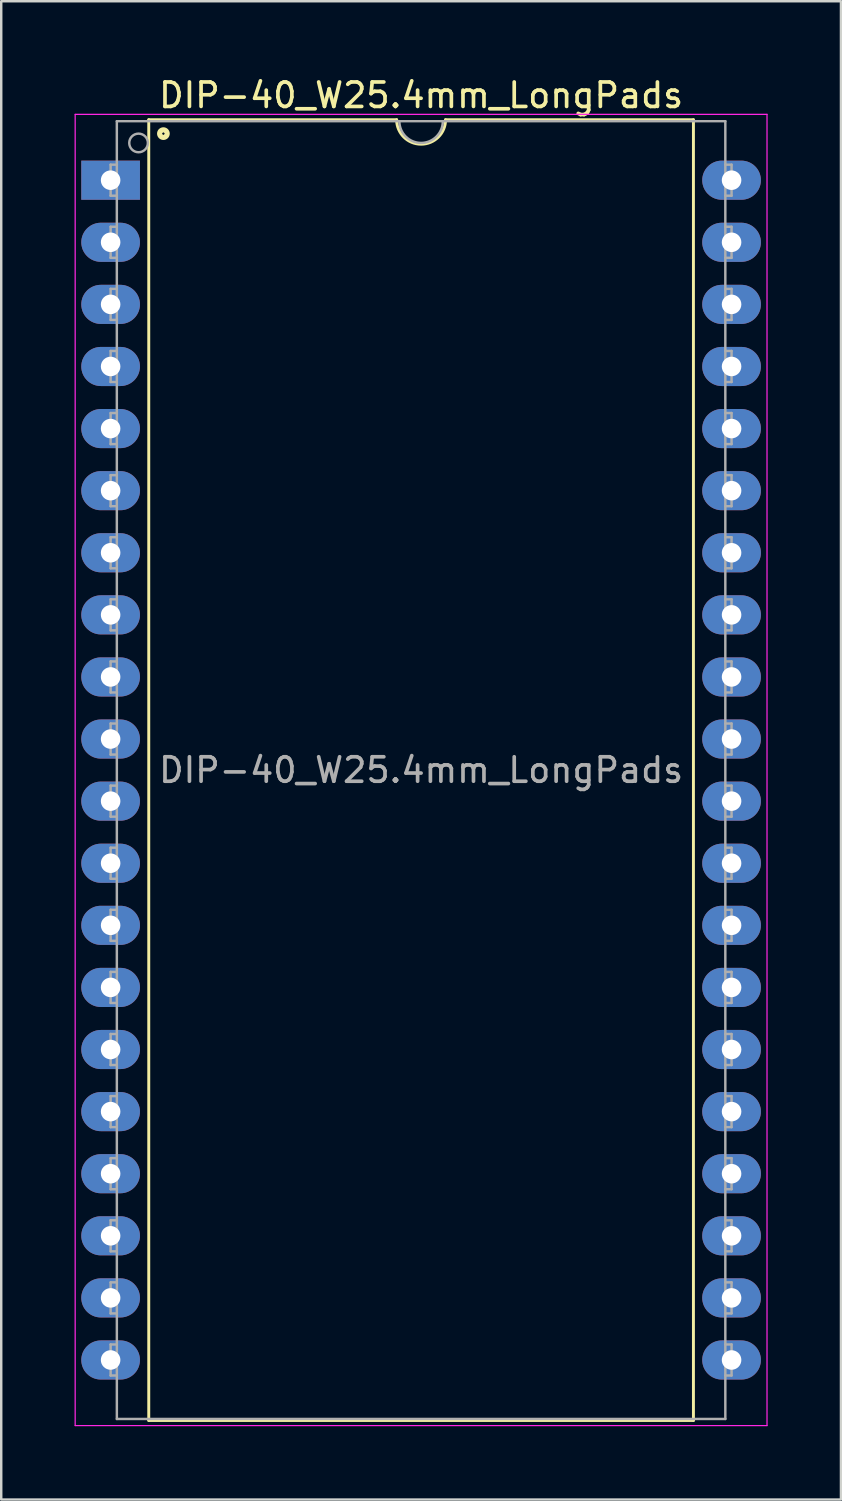
<source format=kicad_pcb>
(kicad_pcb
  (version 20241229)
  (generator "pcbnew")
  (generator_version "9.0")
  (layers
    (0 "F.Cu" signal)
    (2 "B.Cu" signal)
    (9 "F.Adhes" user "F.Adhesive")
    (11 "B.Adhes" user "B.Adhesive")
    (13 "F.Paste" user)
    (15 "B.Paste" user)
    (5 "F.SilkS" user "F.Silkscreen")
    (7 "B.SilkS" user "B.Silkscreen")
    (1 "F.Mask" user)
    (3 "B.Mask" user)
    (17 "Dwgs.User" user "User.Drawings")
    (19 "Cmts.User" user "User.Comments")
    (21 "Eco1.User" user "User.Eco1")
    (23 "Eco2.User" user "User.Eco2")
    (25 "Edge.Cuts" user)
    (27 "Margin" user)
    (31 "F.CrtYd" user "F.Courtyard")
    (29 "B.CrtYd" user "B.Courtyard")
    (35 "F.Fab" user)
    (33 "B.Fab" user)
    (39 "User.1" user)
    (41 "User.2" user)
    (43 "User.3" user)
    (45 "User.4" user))
  (footprint "DIP-40_W25.4mm_LongPads"
    (layer "F.Cu")
    (at 1.475 4.321)
    (property "Reference" "DIP-40_W25.4mm_LongPads" (at 12.7 -3.473 0) (layer "F.SilkS") (effects (font (size 1 1) (thickness 0.15))))
    (attr through_hole)
    (fp_line (start 1.56 -2.473) (end 1.56 50.733) (stroke (width 0.12) (type solid)) (layer "F.SilkS"))
    (fp_line (start 1.56 50.733) (end 23.84 50.733) (stroke (width 0.12) (type solid)) (layer "F.SilkS"))
    (fp_line (start 11.7 -2.473) (end 1.56 -2.473) (stroke (width 0.12) (type solid)) (layer "F.SilkS"))
    (fp_line (start 23.84 -2.473) (end 13.7 -2.473) (stroke (width 0.12) (type solid)) (layer "F.SilkS"))
    (fp_line (start 23.84 50.733) (end 23.84 -2.473) (stroke (width 0.12) (type solid)) (layer "F.SilkS"))
    (fp_arc (start 13.7 -2.473) (mid 12.7 -1.473) (end 11.7 -2.473) (stroke (width 0.12) (type solid)) (layer "F.SilkS"))
    (fp_circle (center 2.159 -1.905) (end 2.209 -1.905) (stroke (width 0.12) (type solid)) (fill no) (layer "F.SilkS"))
    (fp_circle (center 2.159 -1.905) (end 2.284 -1.905) (stroke (width 0.12) (type solid)) (fill no) (layer "F.SilkS"))
    (fp_circle (center 2.159 -1.905) (end 2.359 -1.905) (stroke (width 0.12) (type solid)) (fill no) (layer "F.SilkS"))
    (fp_line (start -1.45 -2.693) (end -1.45 50.943) (stroke (width 0.05) (type solid)) (layer "F.CrtYd"))
    (fp_line (start -1.45 50.943) (end 26.85 50.943) (stroke (width 0.05) (type solid)) (layer "F.CrtYd"))
    (fp_line (start 26.85 -2.693) (end -1.45 -2.693) (stroke (width 0.05) (type solid)) (layer "F.CrtYd"))
    (fp_line (start 26.85 50.943) (end 26.85 -2.693) (stroke (width 0.05) (type solid)) (layer "F.CrtYd"))
    (fp_line (start 0 -0.635) (end 0 0.635) (stroke (width 0.1) (type solid)) (layer "F.Fab"))
    (fp_line (start 0 -0.635) (end 0.254 -0.635) (stroke (width 0.1) (type solid)) (layer "F.Fab"))
    (fp_line (start 0 0.635) (end 0.254 0.635) (stroke (width 0.1) (type solid)) (layer "F.Fab"))
    (fp_line (start 0 1.905) (end 0 3.175) (stroke (width 0.1) (type solid)) (layer "F.Fab"))
    (fp_line (start 0 1.905) (end 0.254 1.905) (stroke (width 0.1) (type solid)) (layer "F.Fab"))
    (fp_line (start 0 3.175) (end 0.254 3.175) (stroke (width 0.1) (type solid)) (layer "F.Fab"))
    (fp_line (start 0 4.445) (end 0 5.715) (stroke (width 0.1) (type solid)) (layer "F.Fab"))
    (fp_line (start 0 4.445) (end 0.254 4.445) (stroke (width 0.1) (type solid)) (layer "F.Fab"))
    (fp_line (start 0 5.715) (end 0.254 5.715) (stroke (width 0.1) (type solid)) (layer "F.Fab"))
    (fp_line (start 0 6.985) (end 0 8.255) (stroke (width 0.1) (type solid)) (layer "F.Fab"))
    (fp_line (start 0 6.985) (end 0.254 6.985) (stroke (width 0.1) (type solid)) (layer "F.Fab"))
    (fp_line (start 0 8.255) (end 0.254 8.255) (stroke (width 0.1) (type solid)) (layer "F.Fab"))
    (fp_line (start 0 9.525) (end 0 10.795) (stroke (width 0.1) (type solid)) (layer "F.Fab"))
    (fp_line (start 0 9.525) (end 0.254 9.525) (stroke (width 0.1) (type solid)) (layer "F.Fab"))
    (fp_line (start 0 10.795) (end 0.254 10.795) (stroke (width 0.1) (type solid)) (layer "F.Fab"))
    (fp_line (start 0 12.065) (end 0 13.335) (stroke (width 0.1) (type solid)) (layer "F.Fab"))
    (fp_line (start 0 12.065) (end 0.254 12.065) (stroke (width 0.1) (type solid)) (layer "F.Fab"))
    (fp_line (start 0 13.335) (end 0.254 13.335) (stroke (width 0.1) (type solid)) (layer "F.Fab"))
    (fp_line (start 0 14.605) (end 0 15.875) (stroke (width 0.1) (type solid)) (layer "F.Fab"))
    (fp_line (start 0 14.605) (end 0.254 14.605) (stroke (width 0.1) (type solid)) (layer "F.Fab"))
    (fp_line (start 0 15.875) (end 0.254 15.875) (stroke (width 0.1) (type solid)) (layer "F.Fab"))
    (fp_line (start 0 17.145) (end 0 18.415) (stroke (width 0.1) (type solid)) (layer "F.Fab"))
    (fp_line (start 0 17.145) (end 0.254 17.145) (stroke (width 0.1) (type solid)) (layer "F.Fab"))
    (fp_line (start 0 18.415) (end 0.254 18.415) (stroke (width 0.1) (type solid)) (layer "F.Fab"))
    (fp_line (start 0 19.685) (end 0 20.955) (stroke (width 0.1) (type solid)) (layer "F.Fab"))
    (fp_line (start 0 19.685) (end 0.254 19.685) (stroke (width 0.1) (type solid)) (layer "F.Fab"))
    (fp_line (start 0 20.955) (end 0.254 20.955) (stroke (width 0.1) (type solid)) (layer "F.Fab"))
    (fp_line (start 0 22.225) (end 0 23.495) (stroke (width 0.1) (type solid)) (layer "F.Fab"))
    (fp_line (start 0 22.225) (end 0.254 22.225) (stroke (width 0.1) (type solid)) (layer "F.Fab"))
    (fp_line (start 0 23.495) (end 0.254 23.495) (stroke (width 0.1) (type solid)) (layer "F.Fab"))
    (fp_line (start 0 24.765) (end 0 26.035) (stroke (width 0.1) (type solid)) (layer "F.Fab"))
    (fp_line (start 0 24.765) (end 0.254 24.765) (stroke (width 0.1) (type solid)) (layer "F.Fab"))
    (fp_line (start 0 26.035) (end 0.254 26.035) (stroke (width 0.1) (type solid)) (layer "F.Fab"))
    (fp_line (start 0 27.305) (end 0 28.575) (stroke (width 0.1) (type solid)) (layer "F.Fab"))
    (fp_line (start 0 27.305) (end 0.254 27.305) (stroke (width 0.1) (type solid)) (layer "F.Fab"))
    (fp_line (start 0 28.575) (end 0.254 28.575) (stroke (width 0.1) (type solid)) (layer "F.Fab"))
    (fp_line (start 0 29.845) (end 0 31.115) (stroke (width 0.1) (type solid)) (layer "F.Fab"))
    (fp_line (start 0 29.845) (end 0.254 29.845) (stroke (width 0.1) (type solid)) (layer "F.Fab"))
    (fp_line (start 0 31.115) (end 0.254 31.115) (stroke (width 0.1) (type solid)) (layer "F.Fab"))
    (fp_line (start 0 32.385) (end 0 33.655) (stroke (width 0.1) (type solid)) (layer "F.Fab"))
    (fp_line (start 0 32.385) (end 0.254 32.385) (stroke (width 0.1) (type solid)) (layer "F.Fab"))
    (fp_line (start 0 33.655) (end 0.254 33.655) (stroke (width 0.1) (type solid)) (layer "F.Fab"))
    (fp_line (start 0 34.925) (end 0 36.195) (stroke (width 0.1) (type solid)) (layer "F.Fab"))
    (fp_line (start 0 34.925) (end 0.254 34.925) (stroke (width 0.1) (type solid)) (layer "F.Fab"))
    (fp_line (start 0 36.195) (end 0.254 36.195) (stroke (width 0.1) (type solid)) (layer "F.Fab"))
    (fp_line (start 0 37.465) (end 0 38.735) (stroke (width 0.1) (type solid)) (layer "F.Fab"))
    (fp_line (start 0 37.465) (end 0.254 37.465) (stroke (width 0.1) (type solid)) (layer "F.Fab"))
    (fp_line (start 0 38.735) (end 0.254 38.735) (stroke (width 0.1) (type solid)) (layer "F.Fab"))
    (fp_line (start 0 40.005) (end 0 41.275) (stroke (width 0.1) (type solid)) (layer "F.Fab"))
    (fp_line (start 0 40.005) (end 0.254 40.005) (stroke (width 0.1) (type solid)) (layer "F.Fab"))
    (fp_line (start 0 41.275) (end 0.254 41.275) (stroke (width 0.1) (type solid)) (layer "F.Fab"))
    (fp_line (start 0 42.545) (end 0 43.815) (stroke (width 0.1) (type solid)) (layer "F.Fab"))
    (fp_line (start 0 42.545) (end 0.254 42.545) (stroke (width 0.1) (type solid)) (layer "F.Fab"))
    (fp_line (start 0 43.815) (end 0.254 43.815) (stroke (width 0.1) (type solid)) (layer "F.Fab"))
    (fp_line (start 0 45.085) (end 0 46.355) (stroke (width 0.1) (type solid)) (layer "F.Fab"))
    (fp_line (start 0 45.085) (end 0.254 45.085) (stroke (width 0.1) (type solid)) (layer "F.Fab"))
    (fp_line (start 0 46.355) (end 0.254 46.355) (stroke (width 0.1) (type solid)) (layer "F.Fab"))
    (fp_line (start 0 47.625) (end 0 48.895) (stroke (width 0.1) (type solid)) (layer "F.Fab"))
    (fp_line (start 0 47.625) (end 0.254 47.625) (stroke (width 0.1) (type solid)) (layer "F.Fab"))
    (fp_line (start 0 48.895) (end 0.254 48.895) (stroke (width 0.1) (type solid)) (layer "F.Fab"))
    (fp_line (start 0.254 -2.413) (end 25.145 -2.413) (stroke (width 0.1) (type solid)) (layer "F.Fab"))
    (fp_line (start 0.255 50.673) (end 0.254 -2.413) (stroke (width 0.1) (type solid)) (layer "F.Fab"))
    (fp_line (start 25.145 -2.413) (end 25.145 50.673) (stroke (width 0.1) (type solid)) (layer "F.Fab"))
    (fp_line (start 25.145 50.673) (end 0.255 50.673) (stroke (width 0.1) (type solid)) (layer "F.Fab"))
    (fp_line (start 25.4 -0.635) (end 25.146 -0.635) (stroke (width 0.1) (type solid)) (layer "F.Fab"))
    (fp_line (start 25.4 0.635) (end 25.146 0.635) (stroke (width 0.1) (type solid)) (layer "F.Fab"))
    (fp_line (start 25.4 0.635) (end 25.4 -0.635) (stroke (width 0.1) (type solid)) (layer "F.Fab"))
    (fp_line (start 25.4 1.905) (end 25.146 1.905) (stroke (width 0.1) (type solid)) (layer "F.Fab"))
    (fp_line (start 25.4 3.175) (end 25.146 3.175) (stroke (width 0.1) (type solid)) (layer "F.Fab"))
    (fp_line (start 25.4 3.175) (end 25.4 1.905) (stroke (width 0.1) (type solid)) (layer "F.Fab"))
    (fp_line (start 25.4 4.445) (end 25.146 4.445) (stroke (width 0.1) (type solid)) (layer "F.Fab"))
    (fp_line (start 25.4 5.715) (end 25.146 5.715) (stroke (width 0.1) (type solid)) (layer "F.Fab"))
    (fp_line (start 25.4 5.715) (end 25.4 4.445) (stroke (width 0.1) (type solid)) (layer "F.Fab"))
    (fp_line (start 25.4 6.985) (end 25.146 6.985) (stroke (width 0.1) (type solid)) (layer "F.Fab"))
    (fp_line (start 25.4 8.255) (end 25.146 8.255) (stroke (width 0.1) (type solid)) (layer "F.Fab"))
    (fp_line (start 25.4 8.255) (end 25.4 6.985) (stroke (width 0.1) (type solid)) (layer "F.Fab"))
    (fp_line (start 25.4 9.525) (end 25.146 9.525) (stroke (width 0.1) (type solid)) (layer "F.Fab"))
    (fp_line (start 25.4 10.795) (end 25.146 10.795) (stroke (width 0.1) (type solid)) (layer "F.Fab"))
    (fp_line (start 25.4 10.795) (end 25.4 9.525) (stroke (width 0.1) (type solid)) (layer "F.Fab"))
    (fp_line (start 25.4 12.065) (end 25.146 12.065) (stroke (width 0.1) (type solid)) (layer "F.Fab"))
    (fp_line (start 25.4 13.335) (end 25.146 13.335) (stroke (width 0.1) (type solid)) (layer "F.Fab"))
    (fp_line (start 25.4 13.335) (end 25.4 12.065) (stroke (width 0.1) (type solid)) (layer "F.Fab"))
    (fp_line (start 25.4 14.605) (end 25.146 14.605) (stroke (width 0.1) (type solid)) (layer "F.Fab"))
    (fp_line (start 25.4 15.875) (end 25.146 15.875) (stroke (width 0.1) (type solid)) (layer "F.Fab"))
    (fp_line (start 25.4 15.875) (end 25.4 14.605) (stroke (width 0.1) (type solid)) (layer "F.Fab"))
    (fp_line (start 25.4 17.145) (end 25.146 17.145) (stroke (width 0.1) (type solid)) (layer "F.Fab"))
    (fp_line (start 25.4 18.415) (end 25.146 18.415) (stroke (width 0.1) (type solid)) (layer "F.Fab"))
    (fp_line (start 25.4 18.415) (end 25.4 17.145) (stroke (width 0.1) (type solid)) (layer "F.Fab"))
    (fp_line (start 25.4 19.685) (end 25.146 19.685) (stroke (width 0.1) (type solid)) (layer "F.Fab"))
    (fp_line (start 25.4 20.955) (end 25.146 20.955) (stroke (width 0.1) (type solid)) (layer "F.Fab"))
    (fp_line (start 25.4 20.955) (end 25.4 19.685) (stroke (width 0.1) (type solid)) (layer "F.Fab"))
    (fp_line (start 25.4 22.225) (end 25.146 22.225) (stroke (width 0.1) (type solid)) (layer "F.Fab"))
    (fp_line (start 25.4 23.495) (end 25.146 23.495) (stroke (width 0.1) (type solid)) (layer "F.Fab"))
    (fp_line (start 25.4 23.495) (end 25.4 22.225) (stroke (width 0.1) (type solid)) (layer "F.Fab"))
    (fp_line (start 25.4 24.765) (end 25.146 24.765) (stroke (width 0.1) (type solid)) (layer "F.Fab"))
    (fp_line (start 25.4 26.035) (end 25.146 26.035) (stroke (width 0.1) (type solid)) (layer "F.Fab"))
    (fp_line (start 25.4 26.035) (end 25.4 24.765) (stroke (width 0.1) (type solid)) (layer "F.Fab"))
    (fp_line (start 25.4 27.305) (end 25.146 27.305) (stroke (width 0.1) (type solid)) (layer "F.Fab"))
    (fp_line (start 25.4 28.575) (end 25.146 28.575) (stroke (width 0.1) (type solid)) (layer "F.Fab"))
    (fp_line (start 25.4 28.575) (end 25.4 27.305) (stroke (width 0.1) (type solid)) (layer "F.Fab"))
    (fp_line (start 25.4 29.845) (end 25.146 29.845) (stroke (width 0.1) (type solid)) (layer "F.Fab"))
    (fp_line (start 25.4 31.115) (end 25.146 31.115) (stroke (width 0.1) (type solid)) (layer "F.Fab"))
    (fp_line (start 25.4 31.115) (end 25.4 29.845) (stroke (width 0.1) (type solid)) (layer "F.Fab"))
    (fp_line (start 25.4 32.385) (end 25.146 32.385) (stroke (width 0.1) (type solid)) (layer "F.Fab"))
    (fp_line (start 25.4 33.655) (end 25.146 33.655) (stroke (width 0.1) (type solid)) (layer "F.Fab"))
    (fp_line (start 25.4 33.655) (end 25.4 32.385) (stroke (width 0.1) (type solid)) (layer "F.Fab"))
    (fp_line (start 25.4 34.925) (end 25.146 34.925) (stroke (width 0.1) (type solid)) (layer "F.Fab"))
    (fp_line (start 25.4 36.195) (end 25.146 36.195) (stroke (width 0.1) (type solid)) (layer "F.Fab"))
    (fp_line (start 25.4 36.195) (end 25.4 34.925) (stroke (width 0.1) (type solid)) (layer "F.Fab"))
    (fp_line (start 25.4 37.465) (end 25.146 37.465) (stroke (width 0.1) (type solid)) (layer "F.Fab"))
    (fp_line (start 25.4 38.735) (end 25.146 38.735) (stroke (width 0.1) (type solid)) (layer "F.Fab"))
    (fp_line (start 25.4 38.735) (end 25.4 37.465) (stroke (width 0.1) (type solid)) (layer "F.Fab"))
    (fp_line (start 25.4 40.005) (end 25.146 40.005) (stroke (width 0.1) (type solid)) (layer "F.Fab"))
    (fp_line (start 25.4 41.275) (end 25.146 41.275) (stroke (width 0.1) (type solid)) (layer "F.Fab"))
    (fp_line (start 25.4 41.275) (end 25.4 40.005) (stroke (width 0.1) (type solid)) (layer "F.Fab"))
    (fp_line (start 25.4 42.545) (end 25.146 42.545) (stroke (width 0.1) (type solid)) (layer "F.Fab"))
    (fp_line (start 25.4 43.815) (end 25.146 43.815) (stroke (width 0.1) (type solid)) (layer "F.Fab"))
    (fp_line (start 25.4 43.815) (end 25.4 42.545) (stroke (width 0.1) (type solid)) (layer "F.Fab"))
    (fp_line (start 25.4 45.085) (end 25.146 45.085) (stroke (width 0.1) (type solid)) (layer "F.Fab"))
    (fp_line (start 25.4 46.355) (end 25.146 46.355) (stroke (width 0.1) (type solid)) (layer "F.Fab"))
    (fp_line (start 25.4 46.355) (end 25.4 45.085) (stroke (width 0.1) (type solid)) (layer "F.Fab"))
    (fp_line (start 25.4 47.625) (end 25.146 47.625) (stroke (width 0.1) (type solid)) (layer "F.Fab"))
    (fp_line (start 25.4 48.895) (end 25.146 48.895) (stroke (width 0.1) (type solid)) (layer "F.Fab"))
    (fp_line (start 25.4 48.895) (end 25.4 47.625) (stroke (width 0.1) (type solid)) (layer "F.Fab"))
    (fp_arc (start 13.589 -2.413) (mid 12.7 -1.524) (end 11.811 -2.413) (stroke (width 0.1) (type solid)) (layer "F.Fab"))
    (fp_circle (center 1.143 -1.524) (end 1.524 -1.524) (stroke (width 0.1) (type solid)) (fill no) (layer "F.Fab"))
    (fp_text user "${REFERENCE}" (at 12.7 24.13 0) (layer "F.Fab") (effects (font (size 1 1) (thickness 0.15))))
    (pad "1" thru_hole rect (at 0 0) (size 2.4 1.6) (drill 0.8) (layers "*.Cu" "*.Mask"))
    (pad "2" thru_hole oval (at 0 2.54) (size 2.4 1.6) (drill 0.8) (layers "*.Cu" "*.Mask"))
    (pad "3" thru_hole oval (at 0 5.08) (size 2.4 1.6) (drill 0.8) (layers "*.Cu" "*.Mask"))
    (pad "4" thru_hole oval (at 0 7.62) (size 2.4 1.6) (drill 0.8) (layers "*.Cu" "*.Mask"))
    (pad "5" thru_hole oval (at 0 10.16) (size 2.4 1.6) (drill 0.8) (layers "*.Cu" "*.Mask"))
    (pad "6" thru_hole oval (at 0 12.7) (size 2.4 1.6) (drill 0.8) (layers "*.Cu" "*.Mask"))
    (pad "7" thru_hole oval (at 0 15.24) (size 2.4 1.6) (drill 0.8) (layers "*.Cu" "*.Mask"))
    (pad "8" thru_hole oval (at 0 17.78) (size 2.4 1.6) (drill 0.8) (layers "*.Cu" "*.Mask"))
    (pad "9" thru_hole oval (at 0 20.32) (size 2.4 1.6) (drill 0.8) (layers "*.Cu" "*.Mask"))
    (pad "10" thru_hole oval (at 0 22.86) (size 2.4 1.6) (drill 0.8) (layers "*.Cu" "*.Mask"))
    (pad "11" thru_hole oval (at 0 25.4) (size 2.4 1.6) (drill 0.8) (layers "*.Cu" "*.Mask"))
    (pad "12" thru_hole oval (at 0 27.94) (size 2.4 1.6) (drill 0.8) (layers "*.Cu" "*.Mask"))
    (pad "13" thru_hole oval (at 0 30.48) (size 2.4 1.6) (drill 0.8) (layers "*.Cu" "*.Mask"))
    (pad "14" thru_hole oval (at 0 33.02) (size 2.4 1.6) (drill 0.8) (layers "*.Cu" "*.Mask"))
    (pad "15" thru_hole oval (at 0 35.56) (size 2.4 1.6) (drill 0.8) (layers "*.Cu" "*.Mask"))
    (pad "16" thru_hole oval (at 0 38.1) (size 2.4 1.6) (drill 0.8) (layers "*.Cu" "*.Mask"))
    (pad "17" thru_hole oval (at 0 40.64) (size 2.4 1.6) (drill 0.8) (layers "*.Cu" "*.Mask"))
    (pad "18" thru_hole oval (at 0 43.18) (size 2.4 1.6) (drill 0.8) (layers "*.Cu" "*.Mask"))
    (pad "19" thru_hole oval (at 0 45.72) (size 2.4 1.6) (drill 0.8) (layers "*.Cu" "*.Mask"))
    (pad "20" thru_hole oval (at 0 48.26) (size 2.4 1.6) (drill 0.8) (layers "*.Cu" "*.Mask"))
    (pad "21" thru_hole oval (at 25.4 48.26) (size 2.4 1.6) (drill 0.8) (layers "*.Cu" "*.Mask"))
    (pad "22" thru_hole oval (at 25.4 45.72) (size 2.4 1.6) (drill 0.8) (layers "*.Cu" "*.Mask"))
    (pad "23" thru_hole oval (at 25.4 43.18) (size 2.4 1.6) (drill 0.8) (layers "*.Cu" "*.Mask"))
    (pad "24" thru_hole oval (at 25.4 40.64) (size 2.4 1.6) (drill 0.8) (layers "*.Cu" "*.Mask"))
    (pad "25" thru_hole oval (at 25.4 38.1) (size 2.4 1.6) (drill 0.8) (layers "*.Cu" "*.Mask"))
    (pad "26" thru_hole oval (at 25.4 35.56) (size 2.4 1.6) (drill 0.8) (layers "*.Cu" "*.Mask"))
    (pad "27" thru_hole oval (at 25.4 33.02) (size 2.4 1.6) (drill 0.8) (layers "*.Cu" "*.Mask"))
    (pad "28" thru_hole oval (at 25.4 30.48) (size 2.4 1.6) (drill 0.8) (layers "*.Cu" "*.Mask"))
    (pad "29" thru_hole oval (at 25.4 27.94) (size 2.4 1.6) (drill 0.8) (layers "*.Cu" "*.Mask"))
    (pad "30" thru_hole oval (at 25.4 25.4) (size 2.4 1.6) (drill 0.8) (layers "*.Cu" "*.Mask"))
    (pad "31" thru_hole oval (at 25.4 22.86) (size 2.4 1.6) (drill 0.8) (layers "*.Cu" "*.Mask"))
    (pad "32" thru_hole oval (at 25.4 20.32) (size 2.4 1.6) (drill 0.8) (layers "*.Cu" "*.Mask"))
    (pad "33" thru_hole oval (at 25.4 17.78) (size 2.4 1.6) (drill 0.8) (layers "*.Cu" "*.Mask"))
    (pad "34" thru_hole oval (at 25.4 15.24) (size 2.4 1.6) (drill 0.8) (layers "*.Cu" "*.Mask"))
    (pad "35" thru_hole oval (at 25.4 12.7) (size 2.4 1.6) (drill 0.8) (layers "*.Cu" "*.Mask"))
    (pad "36" thru_hole oval (at 25.4 10.16) (size 2.4 1.6) (drill 0.8) (layers "*.Cu" "*.Mask"))
    (pad "37" thru_hole oval (at 25.4 7.62) (size 2.4 1.6) (drill 0.8) (layers "*.Cu" "*.Mask"))
    (pad "38" thru_hole oval (at 25.4 5.08) (size 2.4 1.6) (drill 0.8) (layers "*.Cu" "*.Mask"))
    (pad "39" thru_hole oval (at 25.4 2.54) (size 2.4 1.6) (drill 0.8) (layers "*.Cu" "*.Mask"))
    (pad "40" thru_hole oval (at 25.4 0) (size 2.4 1.6) (drill 0.8) (layers "*.Cu" "*.Mask")))
  (gr_rect
    (start -3 -3)
    (end 31.35 58.289)
    (stroke (width 0.1) (type default))
    (fill no)
    (layer "Edge.Cuts")))
</source>
